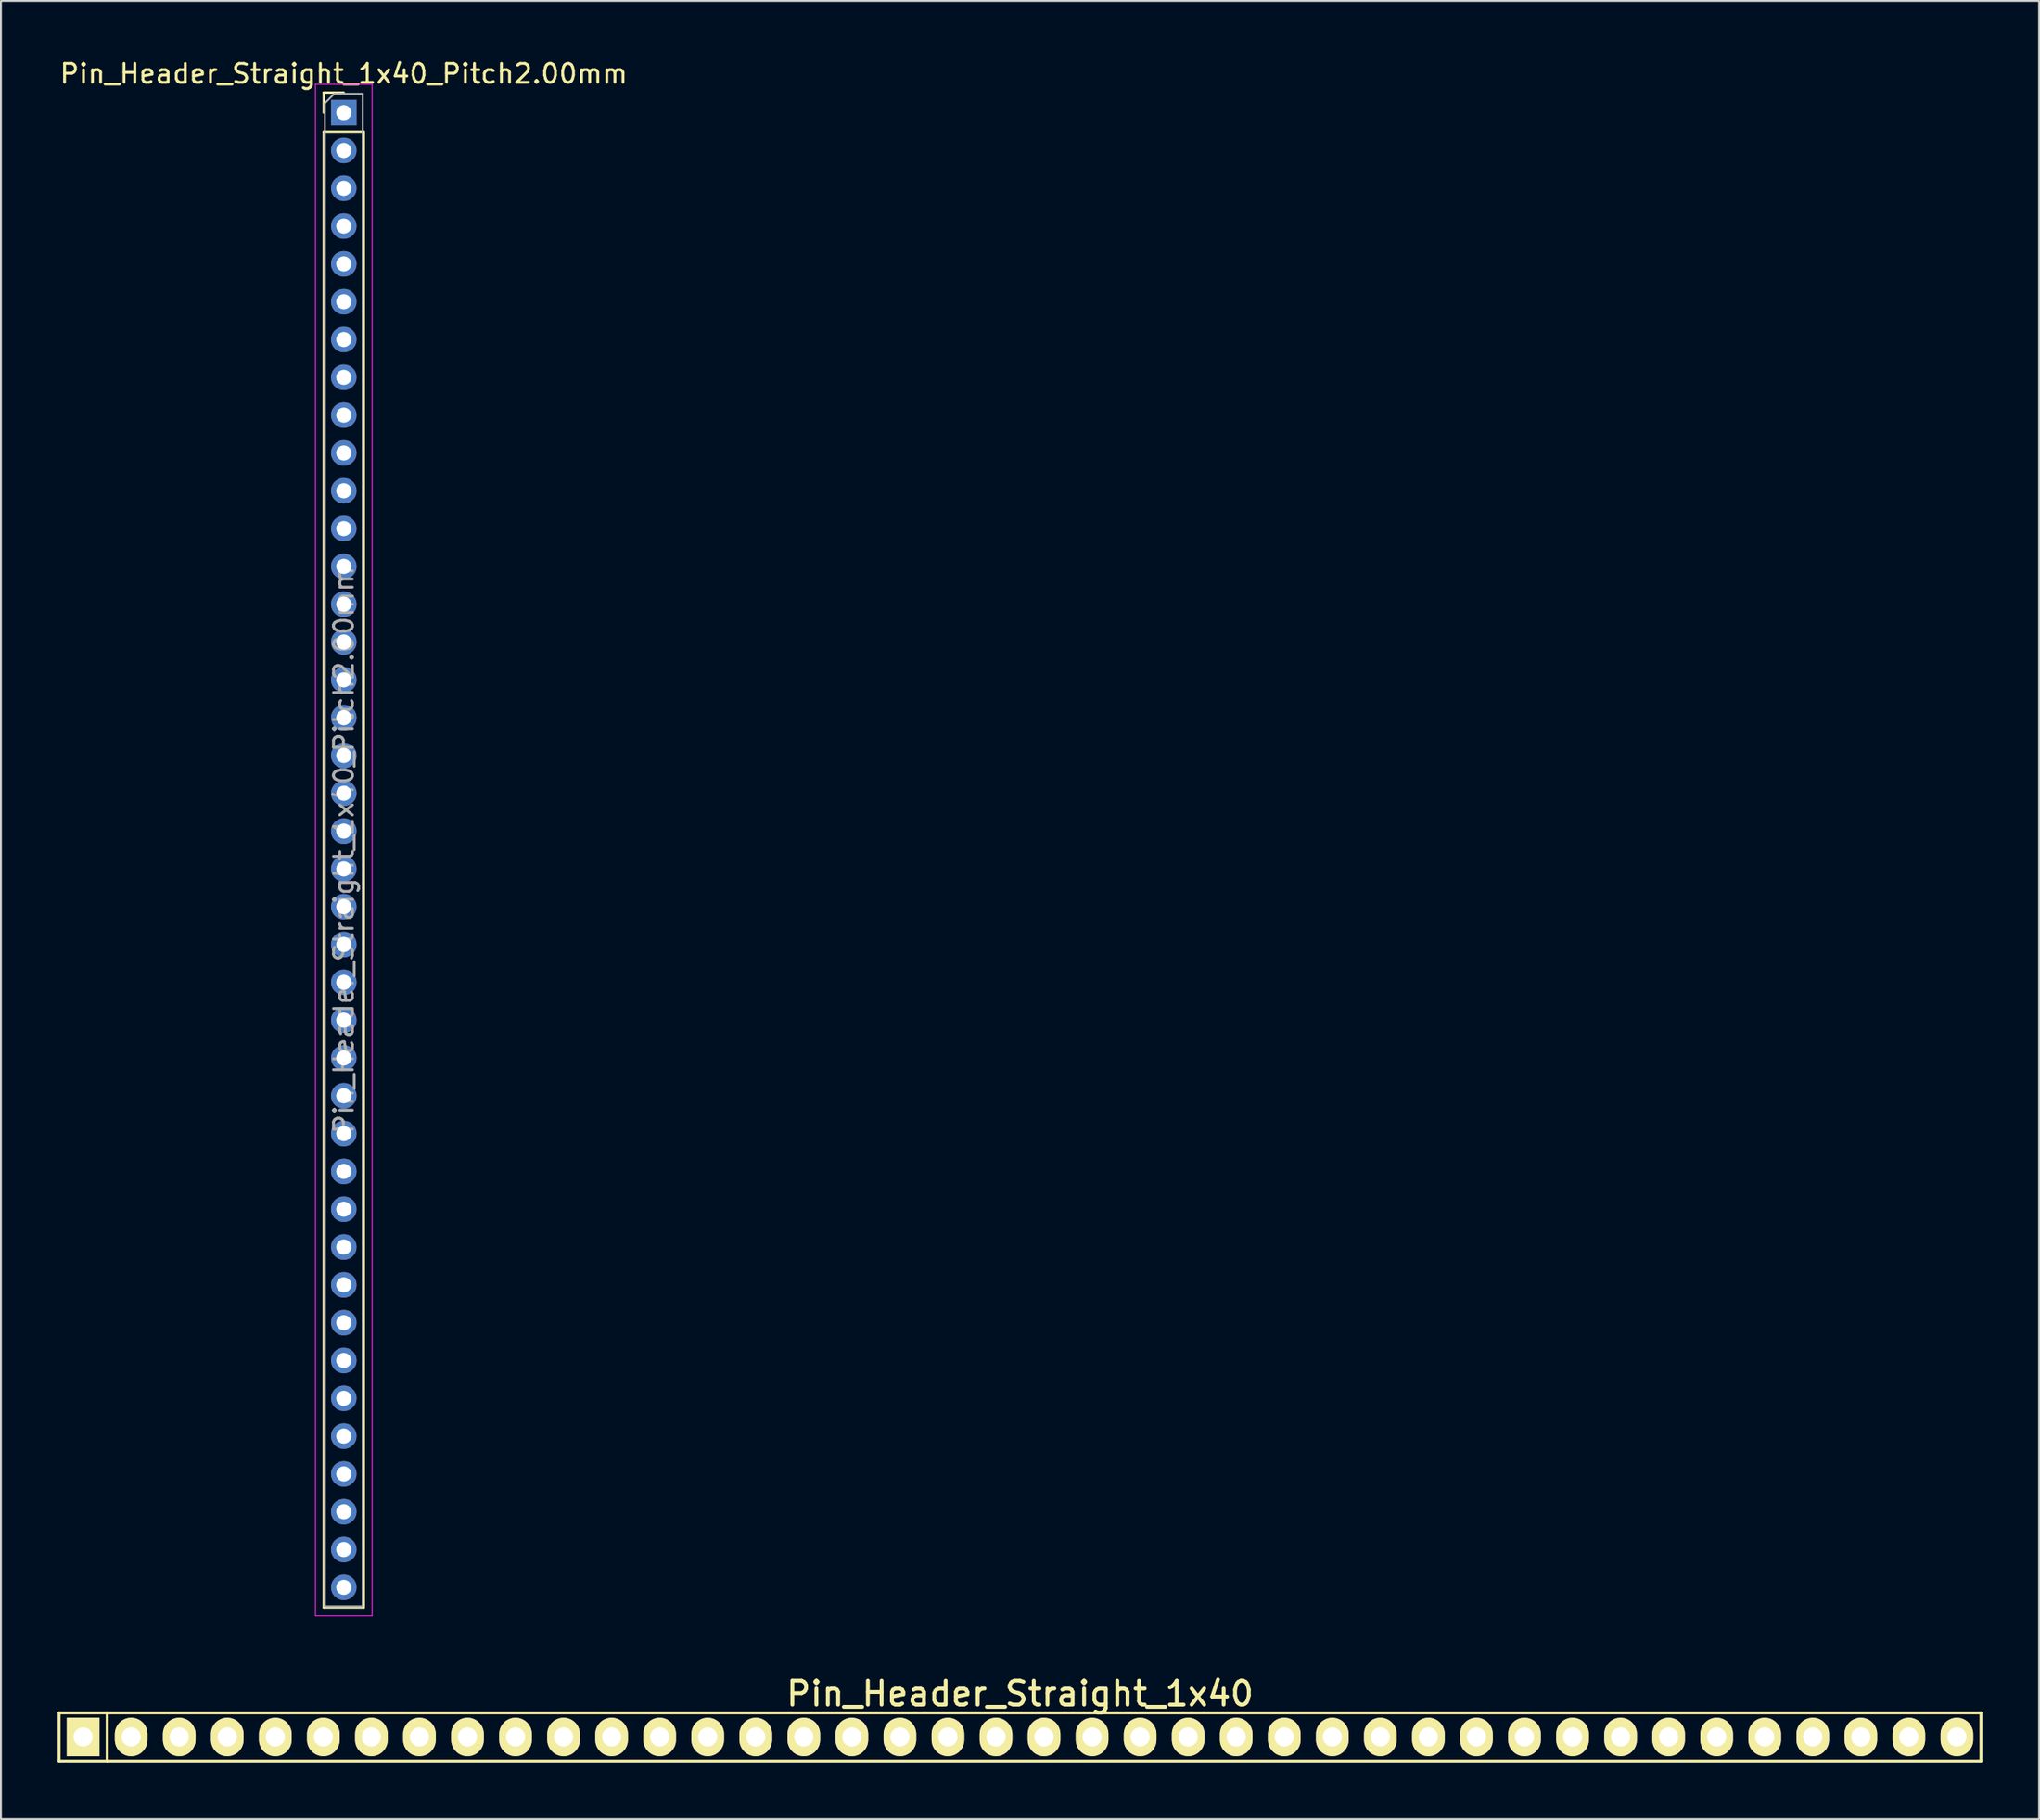
<source format=kicad_pcb>
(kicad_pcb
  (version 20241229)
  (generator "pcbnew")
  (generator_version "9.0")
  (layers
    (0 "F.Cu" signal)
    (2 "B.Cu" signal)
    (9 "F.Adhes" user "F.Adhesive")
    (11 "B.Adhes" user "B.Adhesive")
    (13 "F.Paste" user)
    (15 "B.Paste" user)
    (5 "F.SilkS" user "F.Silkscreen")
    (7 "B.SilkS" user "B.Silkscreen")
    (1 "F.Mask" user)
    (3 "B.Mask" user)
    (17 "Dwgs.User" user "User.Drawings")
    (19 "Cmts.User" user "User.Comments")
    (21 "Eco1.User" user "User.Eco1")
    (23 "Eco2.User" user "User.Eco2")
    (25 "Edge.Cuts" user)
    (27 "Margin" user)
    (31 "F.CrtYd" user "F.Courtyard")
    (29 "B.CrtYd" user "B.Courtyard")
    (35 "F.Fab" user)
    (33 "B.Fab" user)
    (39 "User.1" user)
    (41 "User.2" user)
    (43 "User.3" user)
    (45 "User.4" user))
  (footprint "Pin_Header_Straight_1x40"
    (layer "F.Cu")
    (at 50.875 88.819)
    (property "Reference" "Pin_Header_Straight_1x40" (at 0 -2.286 0) (layer "F.SilkS") (effects (font (size 1.27 1.27) (thickness 0.203))))
    (attr through_hole)
    (fp_line (start -50.8 -1.27) (end -50.8 1.27) (stroke (width 0.15) (type solid)) (layer "F.SilkS"))
    (fp_line (start -50.8 -1.27) (end -48.26 -1.27) (stroke (width 0.15) (type solid)) (layer "F.SilkS"))
    (fp_line (start -50.8 1.27) (end -48.26 1.27) (stroke (width 0.15) (type solid)) (layer "F.SilkS"))
    (fp_line (start -48.26 -1.27) (end -48.26 1.27) (stroke (width 0.15) (type solid)) (layer "F.SilkS"))
    (fp_line (start -48.26 1.27) (end 50.8 1.27) (stroke (width 0.15) (type solid)) (layer "F.SilkS"))
    (fp_line (start 50.8 -1.27) (end -48.26 -1.27) (stroke (width 0.15) (type solid)) (layer "F.SilkS"))
    (fp_line (start 50.8 1.27) (end 50.8 -1.27) (stroke (width 0.15) (type solid)) (layer "F.SilkS"))
    (pad "1" thru_hole rect (at -49.53 0) (size 1.727 2.032) (drill 1.016) (layers "*.Cu" "*.Mask" "F.SilkS"))
    (pad "2" thru_hole oval (at -46.99 0) (size 1.727 2.032) (drill 1.016) (layers "*.Cu" "*.Mask" "F.SilkS"))
    (pad "3" thru_hole oval (at -44.45 0) (size 1.727 2.032) (drill 1.016) (layers "*.Cu" "*.Mask" "F.SilkS"))
    (pad "4" thru_hole oval (at -41.91 0) (size 1.727 2.032) (drill 1.016) (layers "*.Cu" "*.Mask" "F.SilkS"))
    (pad "5" thru_hole oval (at -39.37 0) (size 1.727 2.032) (drill 1.016) (layers "*.Cu" "*.Mask" "F.SilkS"))
    (pad "6" thru_hole oval (at -36.83 0) (size 1.727 2.032) (drill 1.016) (layers "*.Cu" "*.Mask" "F.SilkS"))
    (pad "7" thru_hole oval (at -34.29 0) (size 1.727 2.032) (drill 1.016) (layers "*.Cu" "*.Mask" "F.SilkS"))
    (pad "8" thru_hole oval (at -31.75 0) (size 1.727 2.032) (drill 1.016) (layers "*.Cu" "*.Mask" "F.SilkS"))
    (pad "9" thru_hole oval (at -29.21 0) (size 1.727 2.032) (drill 1.016) (layers "*.Cu" "*.Mask" "F.SilkS"))
    (pad "10" thru_hole oval (at -26.67 0) (size 1.727 2.032) (drill 1.016) (layers "*.Cu" "*.Mask" "F.SilkS"))
    (pad "11" thru_hole oval (at -24.13 0) (size 1.727 2.032) (drill 1.016) (layers "*.Cu" "*.Mask" "F.SilkS"))
    (pad "12" thru_hole oval (at -21.59 0) (size 1.727 2.032) (drill 1.016) (layers "*.Cu" "*.Mask" "F.SilkS"))
    (pad "13" thru_hole oval (at -19.05 0) (size 1.727 2.032) (drill 1.016) (layers "*.Cu" "*.Mask" "F.SilkS"))
    (pad "14" thru_hole oval (at -16.51 0) (size 1.727 2.032) (drill 1.016) (layers "*.Cu" "*.Mask" "F.SilkS"))
    (pad "15" thru_hole oval (at -13.97 0) (size 1.727 2.032) (drill 1.016) (layers "*.Cu" "*.Mask" "F.SilkS"))
    (pad "16" thru_hole oval (at -11.43 0) (size 1.727 2.032) (drill 1.016) (layers "*.Cu" "*.Mask" "F.SilkS"))
    (pad "17" thru_hole oval (at -8.89 0) (size 1.727 2.032) (drill 1.016) (layers "*.Cu" "*.Mask" "F.SilkS"))
    (pad "18" thru_hole oval (at -6.35 0) (size 1.727 2.032) (drill 1.016) (layers "*.Cu" "*.Mask" "F.SilkS"))
    (pad "19" thru_hole oval (at -3.81 0) (size 1.727 2.032) (drill 1.016) (layers "*.Cu" "*.Mask" "F.SilkS"))
    (pad "20" thru_hole oval (at -1.27 0) (size 1.727 2.032) (drill 1.016) (layers "*.Cu" "*.Mask" "F.SilkS"))
    (pad "21" thru_hole oval (at 1.27 0) (size 1.727 2.032) (drill 1.016) (layers "*.Cu" "*.Mask" "F.SilkS"))
    (pad "22" thru_hole oval (at 3.81 0) (size 1.727 2.032) (drill 1.016) (layers "*.Cu" "*.Mask" "F.SilkS"))
    (pad "23" thru_hole oval (at 6.35 0) (size 1.727 2.032) (drill 1.016) (layers "*.Cu" "*.Mask" "F.SilkS"))
    (pad "24" thru_hole oval (at 8.89 0) (size 1.727 2.032) (drill 1.016) (layers "*.Cu" "*.Mask" "F.SilkS"))
    (pad "25" thru_hole oval (at 11.43 0) (size 1.727 2.032) (drill 1.016) (layers "*.Cu" "*.Mask" "F.SilkS"))
    (pad "26" thru_hole oval (at 13.97 0) (size 1.727 2.032) (drill 1.016) (layers "*.Cu" "*.Mask" "F.SilkS"))
    (pad "27" thru_hole oval (at 16.51 0) (size 1.727 2.032) (drill 1.016) (layers "*.Cu" "*.Mask" "F.SilkS"))
    (pad "28" thru_hole oval (at 19.05 0) (size 1.727 2.032) (drill 1.016) (layers "*.Cu" "*.Mask" "F.SilkS"))
    (pad "29" thru_hole oval (at 21.59 0) (size 1.727 2.032) (drill 1.016) (layers "*.Cu" "*.Mask" "F.SilkS"))
    (pad "30" thru_hole oval (at 24.13 0) (size 1.727 2.032) (drill 1.016) (layers "*.Cu" "*.Mask" "F.SilkS"))
    (pad "31" thru_hole oval (at 26.67 0) (size 1.727 2.032) (drill 1.016) (layers "*.Cu" "*.Mask" "F.SilkS"))
    (pad "32" thru_hole oval (at 29.21 0) (size 1.727 2.032) (drill 1.016) (layers "*.Cu" "*.Mask" "F.SilkS"))
    (pad "33" thru_hole oval (at 31.75 0) (size 1.727 2.032) (drill 1.016) (layers "*.Cu" "*.Mask" "F.SilkS"))
    (pad "34" thru_hole oval (at 34.29 0) (size 1.727 2.032) (drill 1.016) (layers "*.Cu" "*.Mask" "F.SilkS"))
    (pad "35" thru_hole oval (at 36.83 0) (size 1.727 2.032) (drill 1.016) (layers "*.Cu" "*.Mask" "F.SilkS"))
    (pad "36" thru_hole oval (at 39.37 0) (size 1.727 2.032) (drill 1.016) (layers "*.Cu" "*.Mask" "F.SilkS"))
    (pad "37" thru_hole oval (at 41.91 0) (size 1.727 2.032) (drill 1.016) (layers "*.Cu" "*.Mask" "F.SilkS"))
    (pad "38" thru_hole oval (at 44.45 0) (size 1.727 2.032) (drill 1.016) (layers "*.Cu" "*.Mask" "F.SilkS"))
    (pad "39" thru_hole oval (at 46.99 0) (size 1.727 2.032) (drill 1.016) (layers "*.Cu" "*.Mask" "F.SilkS"))
    (pad "40" thru_hole oval (at 49.53 0) (size 1.727 2.032) (drill 1.016) (layers "*.Cu" "*.Mask" "F.SilkS")))
  (footprint "Pin_Header_Straight_1x40_Pitch2.00mm"
    (layer "F.Cu")
    (at 15.125 2.908)
    (property "Reference" "Pin_Header_Straight_1x40_Pitch2.00mm" (at 0 -2.06 0) (layer "F.SilkS") (effects (font (size 1 1) (thickness 0.15))))
    (attr through_hole)
    (fp_line (start -1.06 -1.06) (end 0 -1.06) (stroke (width 0.12) (type solid)) (layer "F.SilkS"))
    (fp_line (start -1.06 0) (end -1.06 -1.06) (stroke (width 0.12) (type solid)) (layer "F.SilkS"))
    (fp_line (start -1.06 1) (end -1.06 79.06) (stroke (width 0.12) (type solid)) (layer "F.SilkS"))
    (fp_line (start -1.06 79.06) (end 1.06 79.06) (stroke (width 0.12) (type solid)) (layer "F.SilkS"))
    (fp_line (start 1.06 1) (end -1.06 1) (stroke (width 0.12) (type solid)) (layer "F.SilkS"))
    (fp_line (start 1.06 79.06) (end 1.06 1) (stroke (width 0.12) (type solid)) (layer "F.SilkS"))
    (fp_line (start -1.5 -1.5) (end -1.5 79.5) (stroke (width 0.05) (type solid)) (layer "F.CrtYd"))
    (fp_line (start -1.5 79.5) (end 1.5 79.5) (stroke (width 0.05) (type solid)) (layer "F.CrtYd"))
    (fp_line (start 1.5 -1.5) (end -1.5 -1.5) (stroke (width 0.05) (type solid)) (layer "F.CrtYd"))
    (fp_line (start 1.5 79.5) (end 1.5 -1.5) (stroke (width 0.05) (type solid)) (layer "F.CrtYd"))
    (fp_line (start -1 -0.5) (end -0.5 -1) (stroke (width 0.1) (type solid)) (layer "F.Fab"))
    (fp_line (start -1 79) (end -1 -0.5) (stroke (width 0.1) (type solid)) (layer "F.Fab"))
    (fp_line (start -0.5 -1) (end 1 -1) (stroke (width 0.1) (type solid)) (layer "F.Fab"))
    (fp_line (start 1 -1) (end 1 79) (stroke (width 0.1) (type solid)) (layer "F.Fab"))
    (fp_line (start 1 79) (end -1 79) (stroke (width 0.1) (type solid)) (layer "F.Fab"))
    (fp_text user "${REFERENCE}" (at 0 39 90) (layer "F.Fab") (effects (font (size 1 1) (thickness 0.15))))
    (pad "1" thru_hole rect (at 0 0) (size 1.35 1.35) (drill 0.8) (layers "*.Cu" "*.Mask"))
    (pad "2" thru_hole oval (at 0 2) (size 1.35 1.35) (drill 0.8) (layers "*.Cu" "*.Mask"))
    (pad "3" thru_hole oval (at 0 4) (size 1.35 1.35) (drill 0.8) (layers "*.Cu" "*.Mask"))
    (pad "4" thru_hole oval (at 0 6) (size 1.35 1.35) (drill 0.8) (layers "*.Cu" "*.Mask"))
    (pad "5" thru_hole oval (at 0 8) (size 1.35 1.35) (drill 0.8) (layers "*.Cu" "*.Mask"))
    (pad "6" thru_hole oval (at 0 10) (size 1.35 1.35) (drill 0.8) (layers "*.Cu" "*.Mask"))
    (pad "7" thru_hole oval (at 0 12) (size 1.35 1.35) (drill 0.8) (layers "*.Cu" "*.Mask"))
    (pad "8" thru_hole oval (at 0 14) (size 1.35 1.35) (drill 0.8) (layers "*.Cu" "*.Mask"))
    (pad "9" thru_hole oval (at 0 16) (size 1.35 1.35) (drill 0.8) (layers "*.Cu" "*.Mask"))
    (pad "10" thru_hole oval (at 0 18) (size 1.35 1.35) (drill 0.8) (layers "*.Cu" "*.Mask"))
    (pad "11" thru_hole oval (at 0 20) (size 1.35 1.35) (drill 0.8) (layers "*.Cu" "*.Mask"))
    (pad "12" thru_hole oval (at 0 22) (size 1.35 1.35) (drill 0.8) (layers "*.Cu" "*.Mask"))
    (pad "13" thru_hole oval (at 0 24) (size 1.35 1.35) (drill 0.8) (layers "*.Cu" "*.Mask"))
    (pad "14" thru_hole oval (at 0 26) (size 1.35 1.35) (drill 0.8) (layers "*.Cu" "*.Mask"))
    (pad "15" thru_hole oval (at 0 28) (size 1.35 1.35) (drill 0.8) (layers "*.Cu" "*.Mask"))
    (pad "16" thru_hole oval (at 0 30) (size 1.35 1.35) (drill 0.8) (layers "*.Cu" "*.Mask"))
    (pad "17" thru_hole oval (at 0 32) (size 1.35 1.35) (drill 0.8) (layers "*.Cu" "*.Mask"))
    (pad "18" thru_hole oval (at 0 34) (size 1.35 1.35) (drill 0.8) (layers "*.Cu" "*.Mask"))
    (pad "19" thru_hole oval (at 0 36) (size 1.35 1.35) (drill 0.8) (layers "*.Cu" "*.Mask"))
    (pad "20" thru_hole oval (at 0 38) (size 1.35 1.35) (drill 0.8) (layers "*.Cu" "*.Mask"))
    (pad "21" thru_hole oval (at 0 40) (size 1.35 1.35) (drill 0.8) (layers "*.Cu" "*.Mask"))
    (pad "22" thru_hole oval (at 0 42) (size 1.35 1.35) (drill 0.8) (layers "*.Cu" "*.Mask"))
    (pad "23" thru_hole oval (at 0 44) (size 1.35 1.35) (drill 0.8) (layers "*.Cu" "*.Mask"))
    (pad "24" thru_hole oval (at 0 46) (size 1.35 1.35) (drill 0.8) (layers "*.Cu" "*.Mask"))
    (pad "25" thru_hole oval (at 0 48) (size 1.35 1.35) (drill 0.8) (layers "*.Cu" "*.Mask"))
    (pad "26" thru_hole oval (at 0 50) (size 1.35 1.35) (drill 0.8) (layers "*.Cu" "*.Mask"))
    (pad "27" thru_hole oval (at 0 52) (size 1.35 1.35) (drill 0.8) (layers "*.Cu" "*.Mask"))
    (pad "28" thru_hole oval (at 0 54) (size 1.35 1.35) (drill 0.8) (layers "*.Cu" "*.Mask"))
    (pad "29" thru_hole oval (at 0 56) (size 1.35 1.35) (drill 0.8) (layers "*.Cu" "*.Mask"))
    (pad "30" thru_hole oval (at 0 58) (size 1.35 1.35) (drill 0.8) (layers "*.Cu" "*.Mask"))
    (pad "31" thru_hole oval (at 0 60) (size 1.35 1.35) (drill 0.8) (layers "*.Cu" "*.Mask"))
    (pad "32" thru_hole oval (at 0 62) (size 1.35 1.35) (drill 0.8) (layers "*.Cu" "*.Mask"))
    (pad "33" thru_hole oval (at 0 64) (size 1.35 1.35) (drill 0.8) (layers "*.Cu" "*.Mask"))
    (pad "34" thru_hole oval (at 0 66) (size 1.35 1.35) (drill 0.8) (layers "*.Cu" "*.Mask"))
    (pad "35" thru_hole oval (at 0 68) (size 1.35 1.35) (drill 0.8) (layers "*.Cu" "*.Mask"))
    (pad "36" thru_hole oval (at 0 70) (size 1.35 1.35) (drill 0.8) (layers "*.Cu" "*.Mask"))
    (pad "37" thru_hole oval (at 0 72) (size 1.35 1.35) (drill 0.8) (layers "*.Cu" "*.Mask"))
    (pad "38" thru_hole oval (at 0 74) (size 1.35 1.35) (drill 0.8) (layers "*.Cu" "*.Mask"))
    (pad "39" thru_hole oval (at 0 76) (size 1.35 1.35) (drill 0.8) (layers "*.Cu" "*.Mask"))
    (pad "40" thru_hole oval (at 0 78) (size 1.35 1.35) (drill 0.8) (layers "*.Cu" "*.Mask")))
  (gr_rect
    (start -3 -3)
    (end 104.75 93.164)
    (stroke (width 0.1) (type default))
    (fill no)
    (layer "Edge.Cuts")))
</source>
